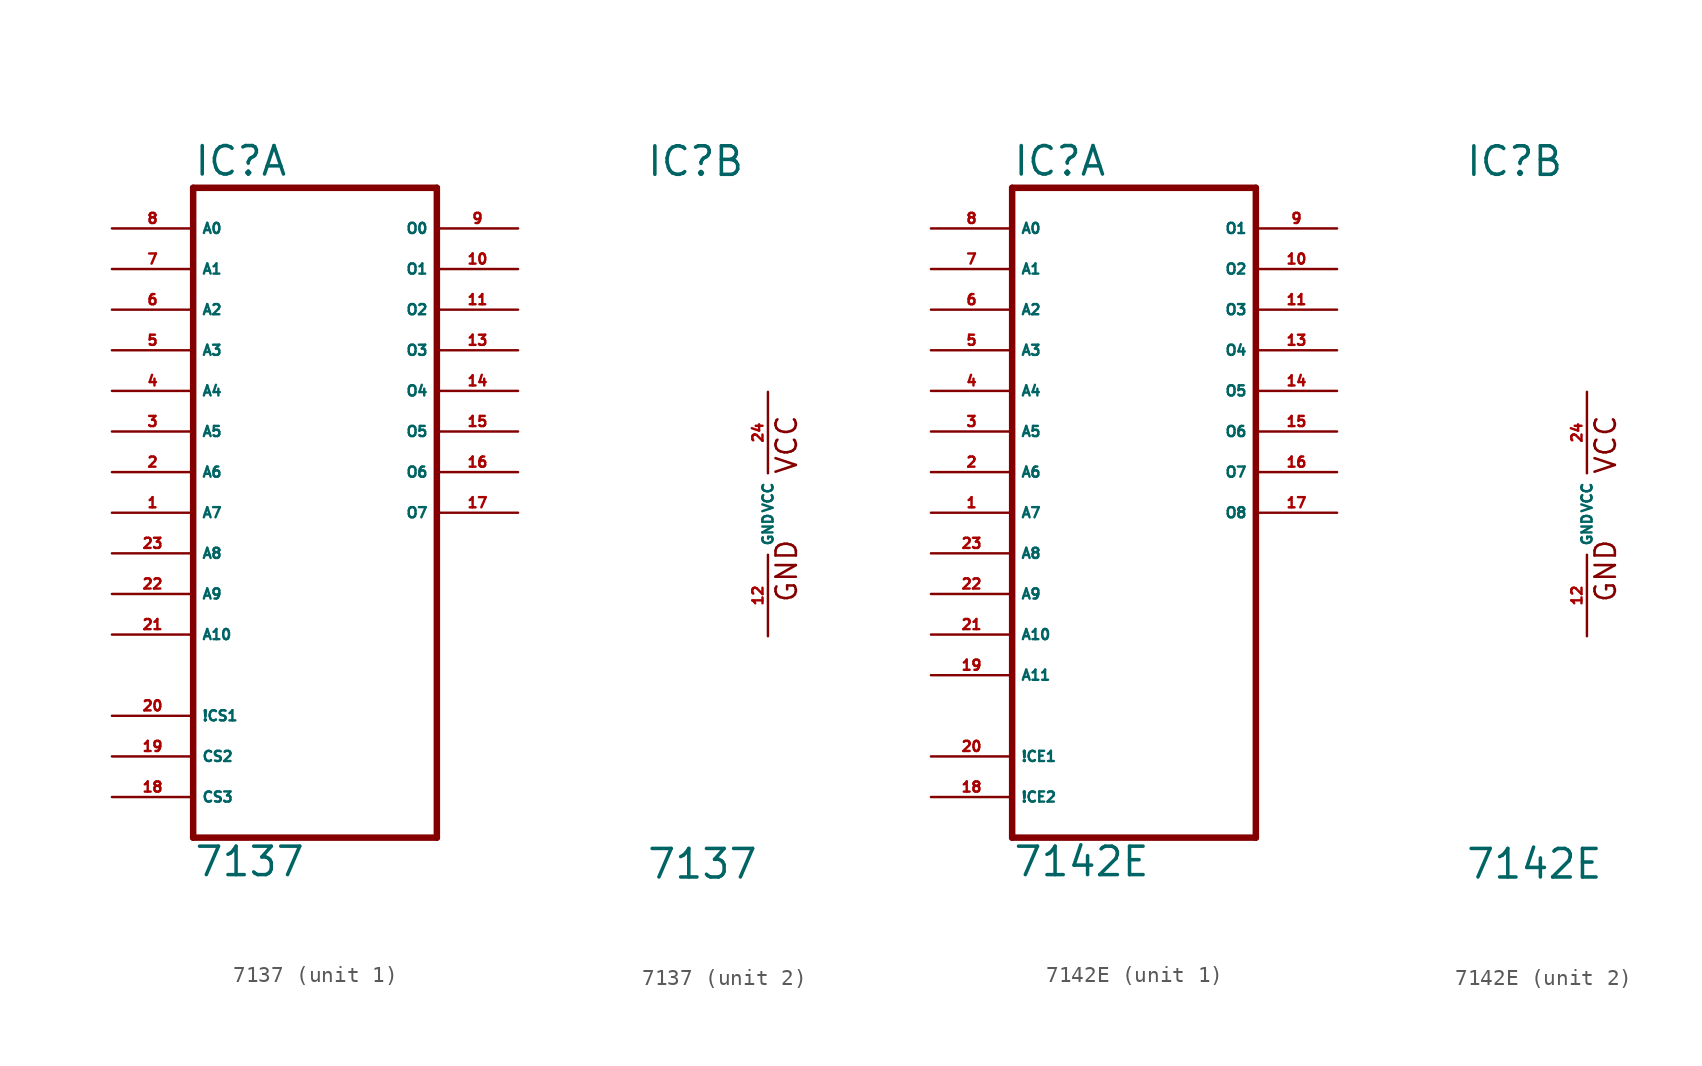
<source format=kicad_sym>
(kicad_symbol_lib
  (version 20220914)
  (generator Eagle2Kicad)
  (symbol "7137"
    (property "Reference" "IC"
      (at -7.62 20.955 0)
      (effects (font (size 1.778 1.778) (thickness 0.22)) (justify left bottom)))
    (property "Value" "7137"
      (at -7.62 -22.86 0)
      (effects (font (size 1.778 1.778) (thickness 0.22)) (justify left bottom)))
    (symbol "7137_1_0"
      (polyline (pts (xy -7.62 -20.32) (xy 7.62 -20.32)) (stroke (width 0.406) (type default)) (fill (type none)))
      (polyline (pts (xy 7.62 -20.32) (xy 7.62 20.32)) (stroke (width 0.406) (type default)) (fill (type none)))
      (polyline (pts (xy 7.62 20.32) (xy -7.62 20.32)) (stroke (width 0.406) (type default)) (fill (type none)))
      (polyline (pts (xy -7.62 20.32) (xy -7.62 -20.32)) (stroke (width 0.406) (type default)) (fill (type none)))
      (pin input line (at -12.7 0 0) (length 5.08) (name "A7" (effects (font (size 0.635 0.635) (thickness 0.08)) (justify left bottom))) (number "1" (effects (font (size 0.635 0.635) (thickness 0.08)) (justify left bottom))))
      (pin input line (at -12.7 2.54 0) (length 5.08) (name "A6" (effects (font (size 0.635 0.635) (thickness 0.08)) (justify left bottom))) (number "2" (effects (font (size 0.635 0.635) (thickness 0.08)) (justify left bottom))))
      (pin input line (at -12.7 5.08 0) (length 5.08) (name "A5" (effects (font (size 0.635 0.635) (thickness 0.08)) (justify left bottom))) (number "3" (effects (font (size 0.635 0.635) (thickness 0.08)) (justify left bottom))))
      (pin input line (at -12.7 7.62 0) (length 5.08) (name "A4" (effects (font (size 0.635 0.635) (thickness 0.08)) (justify left bottom))) (number "4" (effects (font (size 0.635 0.635) (thickness 0.08)) (justify left bottom))))
      (pin input line (at -12.7 10.16 0) (length 5.08) (name "A3" (effects (font (size 0.635 0.635) (thickness 0.08)) (justify left bottom))) (number "5" (effects (font (size 0.635 0.635) (thickness 0.08)) (justify left bottom))))
      (pin input line (at -12.7 12.7 0) (length 5.08) (name "A2" (effects (font (size 0.635 0.635) (thickness 0.08)) (justify left bottom))) (number "6" (effects (font (size 0.635 0.635) (thickness 0.08)) (justify left bottom))))
      (pin input line (at -12.7 15.24 0) (length 5.08) (name "A1" (effects (font (size 0.635 0.635) (thickness 0.08)) (justify left bottom))) (number "7" (effects (font (size 0.635 0.635) (thickness 0.08)) (justify left bottom))))
      (pin input line (at -12.7 17.78 0) (length 5.08) (name "A0" (effects (font (size 0.635 0.635) (thickness 0.08)) (justify left bottom))) (number "8" (effects (font (size 0.635 0.635) (thickness 0.08)) (justify left bottom))))
      (pin open_collector line (at 12.7 17.78 180) (length 5.08) (name "O0" (effects (font (size 0.635 0.635) (thickness 0.08)) (justify left bottom))) (number "9" (effects (font (size 0.635 0.635) (thickness 0.08)) (justify left bottom))))
      (pin open_collector line (at 12.7 15.24 180) (length 5.08) (name "O1" (effects (font (size 0.635 0.635) (thickness 0.08)) (justify left bottom))) (number "10" (effects (font (size 0.635 0.635) (thickness 0.08)) (justify left bottom))))
      (pin open_collector line (at 12.7 12.7 180) (length 5.08) (name "O2" (effects (font (size 0.635 0.635) (thickness 0.08)) (justify left bottom))) (number "11" (effects (font (size 0.635 0.635) (thickness 0.08)) (justify left bottom))))
      (pin open_collector line (at 12.7 10.16 180) (length 5.08) (name "O3" (effects (font (size 0.635 0.635) (thickness 0.08)) (justify left bottom))) (number "13" (effects (font (size 0.635 0.635) (thickness 0.08)) (justify left bottom))))
      (pin open_collector line (at 12.7 7.62 180) (length 5.08) (name "O4" (effects (font (size 0.635 0.635) (thickness 0.08)) (justify left bottom))) (number "14" (effects (font (size 0.635 0.635) (thickness 0.08)) (justify left bottom))))
      (pin open_collector line (at 12.7 5.08 180) (length 5.08) (name "O5" (effects (font (size 0.635 0.635) (thickness 0.08)) (justify left bottom))) (number "15" (effects (font (size 0.635 0.635) (thickness 0.08)) (justify left bottom))))
      (pin open_collector line (at 12.7 2.54 180) (length 5.08) (name "O6" (effects (font (size 0.635 0.635) (thickness 0.08)) (justify left bottom))) (number "16" (effects (font (size 0.635 0.635) (thickness 0.08)) (justify left bottom))))
      (pin open_collector line (at 12.7 0 180) (length 5.08) (name "O7" (effects (font (size 0.635 0.635) (thickness 0.08)) (justify left bottom))) (number "17" (effects (font (size 0.635 0.635) (thickness 0.08)) (justify left bottom))))
      (pin input line (at -12.7 -17.78 0) (length 5.08) (name "CS3" (effects (font (size 0.635 0.635) (thickness 0.08)) (justify left bottom))) (number "18" (effects (font (size 0.635 0.635) (thickness 0.08)) (justify left bottom))))
      (pin input line (at -12.7 -15.24 0) (length 5.08) (name "CS2" (effects (font (size 0.635 0.635) (thickness 0.08)) (justify left bottom))) (number "19" (effects (font (size 0.635 0.635) (thickness 0.08)) (justify left bottom))))
      (pin input line (at -12.7 -12.7 0) (length 5.08) (name "!CS1" (effects (font (size 0.635 0.635) (thickness 0.08)) (justify left bottom))) (number "20" (effects (font (size 0.635 0.635) (thickness 0.08)) (justify left bottom))))
      (pin input line (at -12.7 -7.62 0) (length 5.08) (name "A10" (effects (font (size 0.635 0.635) (thickness 0.08)) (justify left bottom))) (number "21" (effects (font (size 0.635 0.635) (thickness 0.08)) (justify left bottom))))
      (pin input line (at -12.7 -5.08 0) (length 5.08) (name "A9" (effects (font (size 0.635 0.635) (thickness 0.08)) (justify left bottom))) (number "22" (effects (font (size 0.635 0.635) (thickness 0.08)) (justify left bottom))))
      (pin input line (at -12.7 -2.54 0) (length 5.08) (name "A8" (effects (font (size 0.635 0.635) (thickness 0.08)) (justify left bottom))) (number "23" (effects (font (size 0.635 0.635) (thickness 0.08)) (justify left bottom)))))
    (symbol "7137_2_0"
      (text "GND" (at 1.905 -5.588 900) (effects (font (size 1.27 1.27) (thickness 0.16)) (justify left bottom)))
      (text "VCC" (at 1.905 2.413 900) (effects (font (size 1.27 1.27) (thickness 0.16)) (justify left bottom)))
      (pin unspecified line (at 0 -7.62 90) (length 5.08) (name "GND" (effects (font (size 0.635 0.635) (thickness 0.08)) (justify left bottom))) (number "12" (effects (font (size 0.635 0.635) (thickness 0.08)) (justify left bottom))))
      (pin unspecified line (at 0 7.62 270) (length 5.08) (name "VCC" (effects (font (size 0.635 0.635) (thickness 0.08)) (justify left bottom))) (number "24" (effects (font (size 0.635 0.635) (thickness 0.08)) (justify left bottom))))))
  (symbol "7142E"
    (property "Reference" "IC"
      (at -7.62 20.955 0)
      (effects (font (size 1.778 1.778) (thickness 0.22)) (justify left bottom)))
    (property "Value" "7142E"
      (at -7.62 -22.86 0)
      (effects (font (size 1.778 1.778) (thickness 0.22)) (justify left bottom)))
    (symbol "7142E_1_0"
      (polyline (pts (xy -7.62 -20.32) (xy 7.62 -20.32)) (stroke (width 0.406) (type default)) (fill (type none)))
      (polyline (pts (xy 7.62 -20.32) (xy 7.62 20.32)) (stroke (width 0.406) (type default)) (fill (type none)))
      (polyline (pts (xy 7.62 20.32) (xy -7.62 20.32)) (stroke (width 0.406) (type default)) (fill (type none)))
      (polyline (pts (xy -7.62 20.32) (xy -7.62 -20.32)) (stroke (width 0.406) (type default)) (fill (type none)))
      (pin input line (at -12.7 0 0) (length 5.08) (name "A7" (effects (font (size 0.635 0.635) (thickness 0.08)) (justify left bottom))) (number "1" (effects (font (size 0.635 0.635) (thickness 0.08)) (justify left bottom))))
      (pin input line (at -12.7 2.54 0) (length 5.08) (name "A6" (effects (font (size 0.635 0.635) (thickness 0.08)) (justify left bottom))) (number "2" (effects (font (size 0.635 0.635) (thickness 0.08)) (justify left bottom))))
      (pin input line (at -12.7 5.08 0) (length 5.08) (name "A5" (effects (font (size 0.635 0.635) (thickness 0.08)) (justify left bottom))) (number "3" (effects (font (size 0.635 0.635) (thickness 0.08)) (justify left bottom))))
      (pin input line (at -12.7 7.62 0) (length 5.08) (name "A4" (effects (font (size 0.635 0.635) (thickness 0.08)) (justify left bottom))) (number "4" (effects (font (size 0.635 0.635) (thickness 0.08)) (justify left bottom))))
      (pin input line (at -12.7 10.16 0) (length 5.08) (name "A3" (effects (font (size 0.635 0.635) (thickness 0.08)) (justify left bottom))) (number "5" (effects (font (size 0.635 0.635) (thickness 0.08)) (justify left bottom))))
      (pin input line (at -12.7 12.7 0) (length 5.08) (name "A2" (effects (font (size 0.635 0.635) (thickness 0.08)) (justify left bottom))) (number "6" (effects (font (size 0.635 0.635) (thickness 0.08)) (justify left bottom))))
      (pin input line (at -12.7 15.24 0) (length 5.08) (name "A1" (effects (font (size 0.635 0.635) (thickness 0.08)) (justify left bottom))) (number "7" (effects (font (size 0.635 0.635) (thickness 0.08)) (justify left bottom))))
      (pin input line (at -12.7 17.78 0) (length 5.08) (name "A0" (effects (font (size 0.635 0.635) (thickness 0.08)) (justify left bottom))) (number "8" (effects (font (size 0.635 0.635) (thickness 0.08)) (justify left bottom))))
      (pin tri_state line (at 12.7 17.78 180) (length 5.08) (name "O1" (effects (font (size 0.635 0.635) (thickness 0.08)) (justify left bottom))) (number "9" (effects (font (size 0.635 0.635) (thickness 0.08)) (justify left bottom))))
      (pin tri_state line (at 12.7 15.24 180) (length 5.08) (name "O2" (effects (font (size 0.635 0.635) (thickness 0.08)) (justify left bottom))) (number "10" (effects (font (size 0.635 0.635) (thickness 0.08)) (justify left bottom))))
      (pin tri_state line (at 12.7 12.7 180) (length 5.08) (name "O3" (effects (font (size 0.635 0.635) (thickness 0.08)) (justify left bottom))) (number "11" (effects (font (size 0.635 0.635) (thickness 0.08)) (justify left bottom))))
      (pin tri_state line (at 12.7 10.16 180) (length 5.08) (name "O4" (effects (font (size 0.635 0.635) (thickness 0.08)) (justify left bottom))) (number "13" (effects (font (size 0.635 0.635) (thickness 0.08)) (justify left bottom))))
      (pin tri_state line (at 12.7 7.62 180) (length 5.08) (name "O5" (effects (font (size 0.635 0.635) (thickness 0.08)) (justify left bottom))) (number "14" (effects (font (size 0.635 0.635) (thickness 0.08)) (justify left bottom))))
      (pin tri_state line (at 12.7 5.08 180) (length 5.08) (name "O6" (effects (font (size 0.635 0.635) (thickness 0.08)) (justify left bottom))) (number "15" (effects (font (size 0.635 0.635) (thickness 0.08)) (justify left bottom))))
      (pin tri_state line (at 12.7 2.54 180) (length 5.08) (name "O7" (effects (font (size 0.635 0.635) (thickness 0.08)) (justify left bottom))) (number "16" (effects (font (size 0.635 0.635) (thickness 0.08)) (justify left bottom))))
      (pin tri_state line (at 12.7 0 180) (length 5.08) (name "O8" (effects (font (size 0.635 0.635) (thickness 0.08)) (justify left bottom))) (number "17" (effects (font (size 0.635 0.635) (thickness 0.08)) (justify left bottom))))
      (pin input line (at -12.7 -17.78 0) (length 5.08) (name "!CE2" (effects (font (size 0.635 0.635) (thickness 0.08)) (justify left bottom))) (number "18" (effects (font (size 0.635 0.635) (thickness 0.08)) (justify left bottom))))
      (pin input line (at -12.7 -10.16 0) (length 5.08) (name "A11" (effects (font (size 0.635 0.635) (thickness 0.08)) (justify left bottom))) (number "19" (effects (font (size 0.635 0.635) (thickness 0.08)) (justify left bottom))))
      (pin input line (at -12.7 -15.24 0) (length 5.08) (name "!CE1" (effects (font (size 0.635 0.635) (thickness 0.08)) (justify left bottom))) (number "20" (effects (font (size 0.635 0.635) (thickness 0.08)) (justify left bottom))))
      (pin input line (at -12.7 -7.62 0) (length 5.08) (name "A10" (effects (font (size 0.635 0.635) (thickness 0.08)) (justify left bottom))) (number "21" (effects (font (size 0.635 0.635) (thickness 0.08)) (justify left bottom))))
      (pin input line (at -12.7 -5.08 0) (length 5.08) (name "A9" (effects (font (size 0.635 0.635) (thickness 0.08)) (justify left bottom))) (number "22" (effects (font (size 0.635 0.635) (thickness 0.08)) (justify left bottom))))
      (pin input line (at -12.7 -2.54 0) (length 5.08) (name "A8" (effects (font (size 0.635 0.635) (thickness 0.08)) (justify left bottom))) (number "23" (effects (font (size 0.635 0.635) (thickness 0.08)) (justify left bottom)))))
    (symbol "7142E_2_0"
      (text "GND" (at 1.905 -5.588 900) (effects (font (size 1.27 1.27) (thickness 0.16)) (justify left bottom)))
      (text "VCC" (at 1.905 2.413 900) (effects (font (size 1.27 1.27) (thickness 0.16)) (justify left bottom)))
      (pin unspecified line (at 0 -7.62 90) (length 5.08) (name "GND" (effects (font (size 0.635 0.635) (thickness 0.08)) (justify left bottom))) (number "12" (effects (font (size 0.635 0.635) (thickness 0.08)) (justify left bottom))))
      (pin unspecified line (at 0 7.62 270) (length 5.08) (name "VCC" (effects (font (size 0.635 0.635) (thickness 0.08)) (justify left bottom))) (number "24" (effects (font (size 0.635 0.635) (thickness 0.08)) (justify left bottom)))))))
</source>
